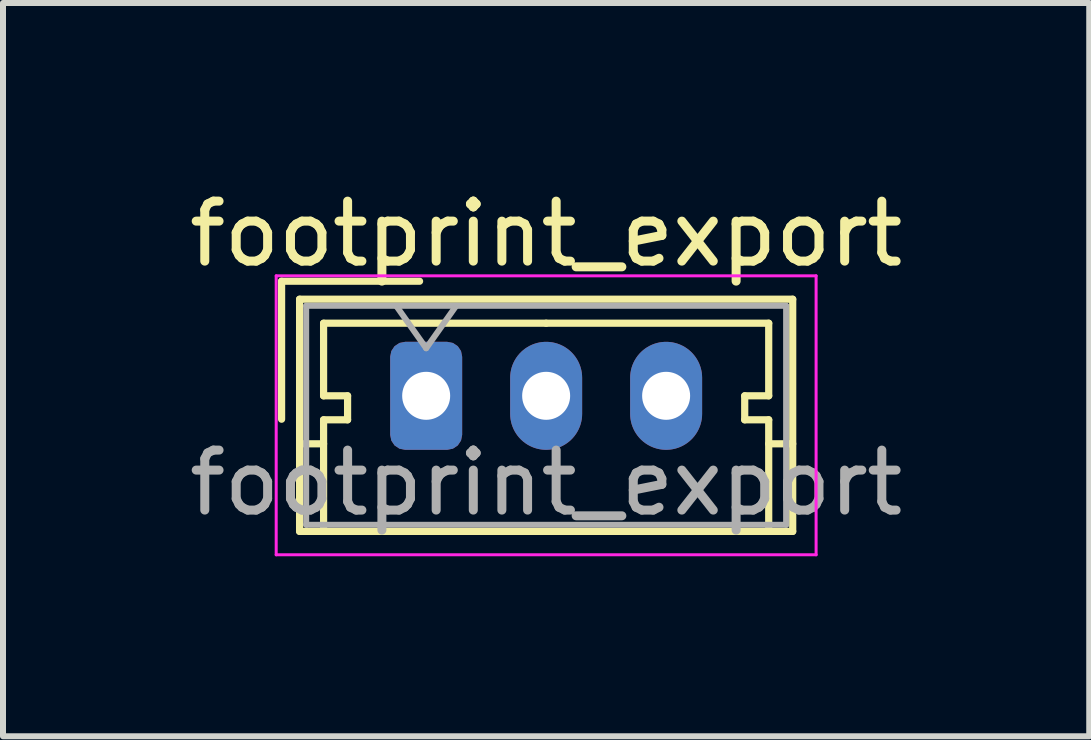
<source format=kicad_pcb>
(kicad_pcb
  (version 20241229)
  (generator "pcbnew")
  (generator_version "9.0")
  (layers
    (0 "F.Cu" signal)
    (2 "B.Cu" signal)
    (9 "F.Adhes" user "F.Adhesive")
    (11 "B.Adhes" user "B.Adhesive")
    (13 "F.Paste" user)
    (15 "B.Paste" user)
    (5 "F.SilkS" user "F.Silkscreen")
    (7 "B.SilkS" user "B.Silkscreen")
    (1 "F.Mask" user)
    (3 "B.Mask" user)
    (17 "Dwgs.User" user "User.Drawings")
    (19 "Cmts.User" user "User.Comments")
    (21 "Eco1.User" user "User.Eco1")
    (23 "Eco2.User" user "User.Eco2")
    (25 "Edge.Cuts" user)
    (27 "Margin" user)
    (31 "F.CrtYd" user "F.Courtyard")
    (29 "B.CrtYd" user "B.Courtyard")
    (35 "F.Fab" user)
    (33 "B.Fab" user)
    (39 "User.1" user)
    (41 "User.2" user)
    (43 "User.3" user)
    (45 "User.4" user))
  (footprint "footprint_export"
    (layer "F.Cu")
    (at 4.054 3.548)
    (property "Reference" "footprint_export" (at 2 -2.7 0) (layer "F.SilkS") (effects (font (size 1 1) (thickness 0.15))))
    (attr through_hole)
    (fp_line (start -2.41 -1.91) (end -2.41 0.39) (stroke (width 0.12) (type solid)) (layer "F.SilkS"))
    (fp_line (start -2.11 -1.61) (end -2.11 2.26) (stroke (width 0.12) (type solid)) (layer "F.SilkS"))
    (fp_line (start -2.11 0.8) (end -1.71 0.8) (stroke (width 0.12) (type solid)) (layer "F.SilkS"))
    (fp_line (start -2.11 2.26) (end 6.11 2.26) (stroke (width 0.12) (type solid)) (layer "F.SilkS"))
    (fp_line (start -1.71 -1.21) (end -1.71 0) (stroke (width 0.12) (type solid)) (layer "F.SilkS"))
    (fp_line (start -1.71 0) (end -1.31 0) (stroke (width 0.12) (type solid)) (layer "F.SilkS"))
    (fp_line (start -1.71 0.4) (end -1.71 2.26) (stroke (width 0.12) (type solid)) (layer "F.SilkS"))
    (fp_line (start -1.31 0) (end -1.31 0.4) (stroke (width 0.12) (type solid)) (layer "F.SilkS"))
    (fp_line (start -1.31 0.4) (end -1.71 0.4) (stroke (width 0.12) (type solid)) (layer "F.SilkS"))
    (fp_line (start -0.11 -1.91) (end -2.41 -1.91) (stroke (width 0.12) (type solid)) (layer "F.SilkS"))
    (fp_line (start 2 -1.21) (end -1.71 -1.21) (stroke (width 0.12) (type solid)) (layer "F.SilkS"))
    (fp_line (start 2 -1.21) (end 5.71 -1.21) (stroke (width 0.12) (type solid)) (layer "F.SilkS"))
    (fp_line (start 5.31 0) (end 5.31 0.4) (stroke (width 0.12) (type solid)) (layer "F.SilkS"))
    (fp_line (start 5.31 0.4) (end 5.71 0.4) (stroke (width 0.12) (type solid)) (layer "F.SilkS"))
    (fp_line (start 5.71 -1.21) (end 5.71 0) (stroke (width 0.12) (type solid)) (layer "F.SilkS"))
    (fp_line (start 5.71 0) (end 5.31 0) (stroke (width 0.12) (type solid)) (layer "F.SilkS"))
    (fp_line (start 5.71 0.4) (end 5.71 2.26) (stroke (width 0.12) (type solid)) (layer "F.SilkS"))
    (fp_line (start 6.11 -1.61) (end -2.11 -1.61) (stroke (width 0.12) (type solid)) (layer "F.SilkS"))
    (fp_line (start 6.11 0.8) (end 5.71 0.8) (stroke (width 0.12) (type solid)) (layer "F.SilkS"))
    (fp_line (start 6.11 2.26) (end 6.11 -1.61) (stroke (width 0.12) (type solid)) (layer "F.SilkS"))
    (fp_line (start -2.5 -2) (end -2.5 2.65) (stroke (width 0.05) (type solid)) (layer "F.CrtYd"))
    (fp_line (start -2.5 2.65) (end 6.5 2.65) (stroke (width 0.05) (type solid)) (layer "F.CrtYd"))
    (fp_line (start 6.5 -2) (end -2.5 -2) (stroke (width 0.05) (type solid)) (layer "F.CrtYd"))
    (fp_line (start 6.5 2.65) (end 6.5 -2) (stroke (width 0.05) (type solid)) (layer "F.CrtYd"))
    (fp_line (start -2 -1.5) (end -2 2.15) (stroke (width 0.1) (type solid)) (layer "F.Fab"))
    (fp_line (start -2 2.15) (end 6 2.15) (stroke (width 0.1) (type solid)) (layer "F.Fab"))
    (fp_line (start -0.5 -1.5) (end 0 -0.793) (stroke (width 0.1) (type solid)) (layer "F.Fab"))
    (fp_line (start 0 -0.793) (end 0.5 -1.5) (stroke (width 0.1) (type solid)) (layer "F.Fab"))
    (fp_line (start 6 -1.5) (end -2 -1.5) (stroke (width 0.1) (type solid)) (layer "F.Fab"))
    (fp_line (start 6 2.15) (end 6 -1.5) (stroke (width 0.1) (type solid)) (layer "F.Fab"))
    (fp_text user "${REFERENCE}" (at 2 1.45 0) (layer "F.Fab") (effects (font (size 1 1) (thickness 0.15))))
    (pad "1" thru_hole roundrect (at 0 0) (size 1.2 1.8) (drill 0.8) (layers "*.Cu" "*.Mask") (roundrect_rratio 0.208))
    (pad "2" thru_hole oval (at 2 0) (size 1.2 1.8) (drill 0.8) (layers "*.Cu" "*.Mask"))
    (pad "3" thru_hole oval (at 4 0) (size 1.2 1.8) (drill 0.8) (layers "*.Cu" "*.Mask")))
  (gr_rect
    (start -3 -3)
    (end 15.107 9.223)
    (stroke (width 0.1) (type default))
    (fill no)
    (layer "Edge.Cuts")))
</source>
